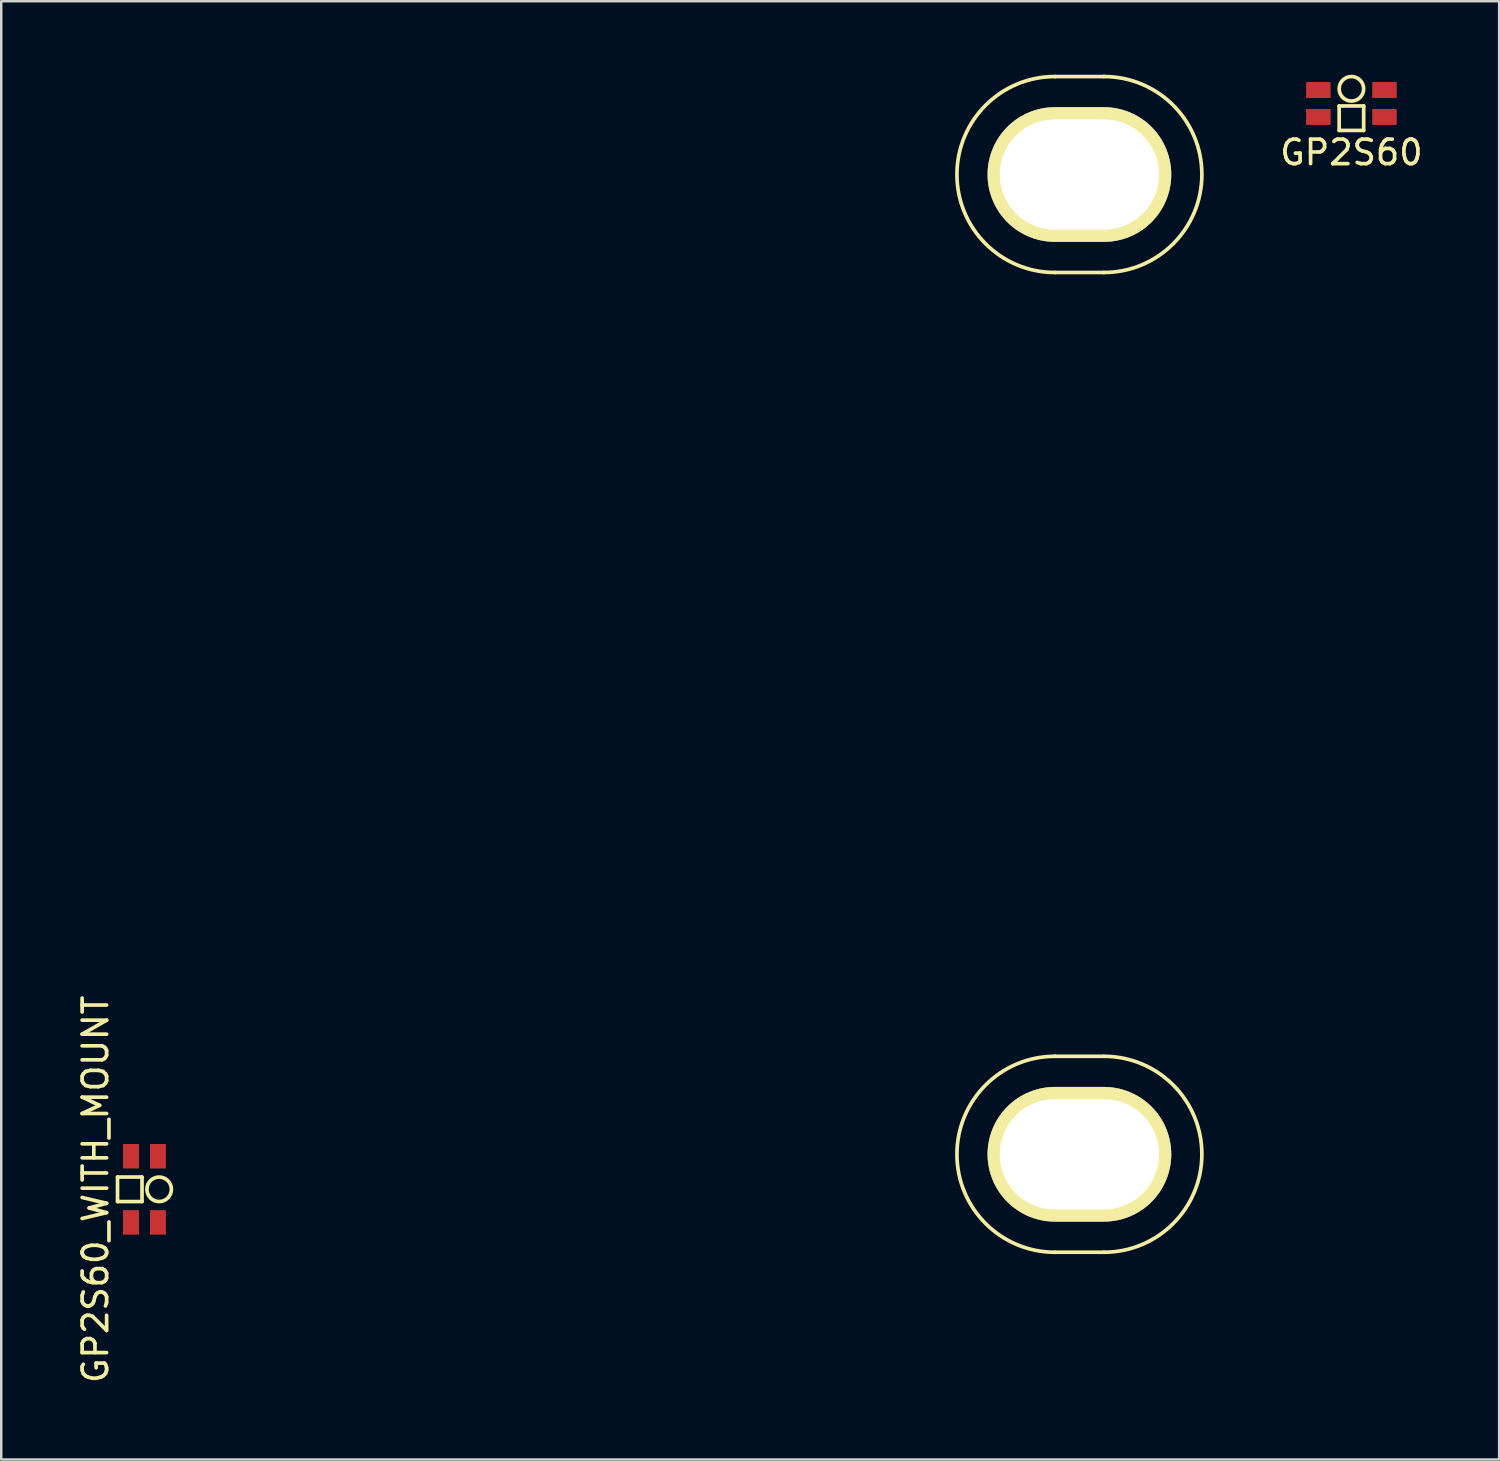
<source format=kicad_pcb>
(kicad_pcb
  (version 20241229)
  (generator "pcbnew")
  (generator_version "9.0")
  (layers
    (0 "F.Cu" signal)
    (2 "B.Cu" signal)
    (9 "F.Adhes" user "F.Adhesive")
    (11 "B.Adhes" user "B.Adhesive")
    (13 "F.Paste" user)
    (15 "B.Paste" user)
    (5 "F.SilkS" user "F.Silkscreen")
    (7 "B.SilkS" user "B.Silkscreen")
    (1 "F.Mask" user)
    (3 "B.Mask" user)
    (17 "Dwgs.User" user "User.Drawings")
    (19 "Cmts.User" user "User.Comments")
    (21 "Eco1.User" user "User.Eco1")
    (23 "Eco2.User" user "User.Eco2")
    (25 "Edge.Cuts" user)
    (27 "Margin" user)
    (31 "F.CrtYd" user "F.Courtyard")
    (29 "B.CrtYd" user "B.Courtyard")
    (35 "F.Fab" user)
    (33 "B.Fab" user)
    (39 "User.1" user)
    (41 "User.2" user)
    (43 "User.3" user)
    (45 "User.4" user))
  (footprint "GP2S60"
    (layer "F.Cu")
    (at 52.123 1.175)
    (property "Reference" "GP2S60" (at 0 2 0) (layer "F.SilkS") (effects (font (size 1 1) (thickness 0.15))))
    (attr through_hole)
    (fp_line (start -0.5 0.1) (end 0.5 0.1) (stroke (width 0.15) (type solid)) (layer "F.SilkS"))
    (fp_line (start -0.5 1.1) (end -0.5 0.1) (stroke (width 0.15) (type solid)) (layer "F.SilkS"))
    (fp_line (start 0.5 0.1) (end 0.5 1.1) (stroke (width 0.15) (type solid)) (layer "F.SilkS"))
    (fp_line (start 0.5 1.1) (end -0.5 1.1) (stroke (width 0.15) (type solid)) (layer "F.SilkS"))
    (fp_circle (center 0 -0.6) (end 0.5 -0.6) (stroke (width 0.15) (type solid)) (fill no) (layer "F.SilkS"))
    (pad "1" smd rect (at -1.35 -0.55) (size 1 0.65) (layers "F.Cu" "F.Mask" "F.Paste"))
    (pad "2" smd rect (at -1.35 0.55) (size 1 0.65) (layers "F.Cu" "F.Mask" "F.Paste"))
    (pad "3" smd rect (at 1.35 0.55) (size 1 0.65) (layers "F.Cu" "F.Mask" "F.Paste"))
    (pad "4" smd rect (at 1.35 -0.55) (size 1 0.65) (layers "F.Cu" "F.Mask" "F.Paste")))
  (footprint "GP2S60_WITH_MOUNT"
    (layer "F.Cu")
    (at 41.018 44.075)
    (property "Reference" "GP2S60_WITH_MOUNT" (at -40.17 1.43 270) (layer "F.SilkS") (effects (font (size 1 1) (thickness 0.15))))
    (attr through_hole)
    (fp_line (start -39.27 0.93) (end -38.27 0.93) (stroke (width 0.15) (type solid)) (layer "F.SilkS"))
    (fp_line (start -39.27 1.93) (end -39.27 0.93) (stroke (width 0.15) (type solid)) (layer "F.SilkS"))
    (fp_line (start -38.27 0.93) (end -38.27 1.93) (stroke (width 0.15) (type solid)) (layer "F.SilkS"))
    (fp_line (start -38.27 1.93) (end -39.27 1.93) (stroke (width 0.15) (type solid)) (layer "F.SilkS"))
    (fp_line (start -1 -44) (end 1 -44) (stroke (width 0.15) (type solid)) (layer "F.SilkS"))
    (fp_line (start -1 -36) (end 1 -36) (stroke (width 0.15) (type solid)) (layer "F.SilkS"))
    (fp_line (start -1 -4) (end 1 -4) (stroke (width 0.15) (type solid)) (layer "F.SilkS"))
    (fp_line (start -1 4) (end 1 4) (stroke (width 0.15) (type solid)) (layer "F.SilkS"))
    (fp_arc (start -1 -36) (mid -5 -40) (end -1 -44) (stroke (width 0.15) (type solid)) (layer "F.SilkS"))
    (fp_arc (start -1 4) (mid -5 0) (end -1 -4) (stroke (width 0.15) (type solid)) (layer "F.SilkS"))
    (fp_arc (start 1 -44) (mid 5 -40) (end 1 -36) (stroke (width 0.15) (type solid)) (layer "F.SilkS"))
    (fp_arc (start 1 -4) (mid 5 0) (end 1 4) (stroke (width 0.15) (type solid)) (layer "F.SilkS"))
    (fp_circle (center -37.57 1.43) (end -37.57 1.93) (stroke (width 0.15) (type solid)) (fill no) (layer "F.SilkS"))
    (pad "1" smd rect (at -37.62 0.08 270) (size 1 0.65) (layers "F.Cu" "F.Mask" "F.Paste"))
    (pad "2" smd rect (at -38.72 0.08 270) (size 1 0.65) (layers "F.Cu" "F.Mask" "F.Paste"))
    (pad "3" smd rect (at -38.72 2.78 270) (size 1 0.65) (layers "F.Cu" "F.Mask" "F.Paste"))
    (pad "4" smd rect (at -37.62 2.78 270) (size 1 0.65) (layers "F.Cu" "F.Mask" "F.Paste"))
    (pad "~" thru_hole oval (at 0 -40) (size 7.5 5.5) (drill oval 6.5 4.5) (layers "*.Cu" "*.Mask" "F.SilkS"))
    (pad "~" thru_hole oval (at 0 0) (size 7.5 5.5) (drill oval 6.5 4.5) (layers "*.Cu" "*.Mask" "F.SilkS")))
  (gr_rect
    (start -3 -3)
    (end 58.153 56.535)
    (stroke (width 0.1) (type default))
    (fill no)
    (layer "Edge.Cuts")))
</source>
